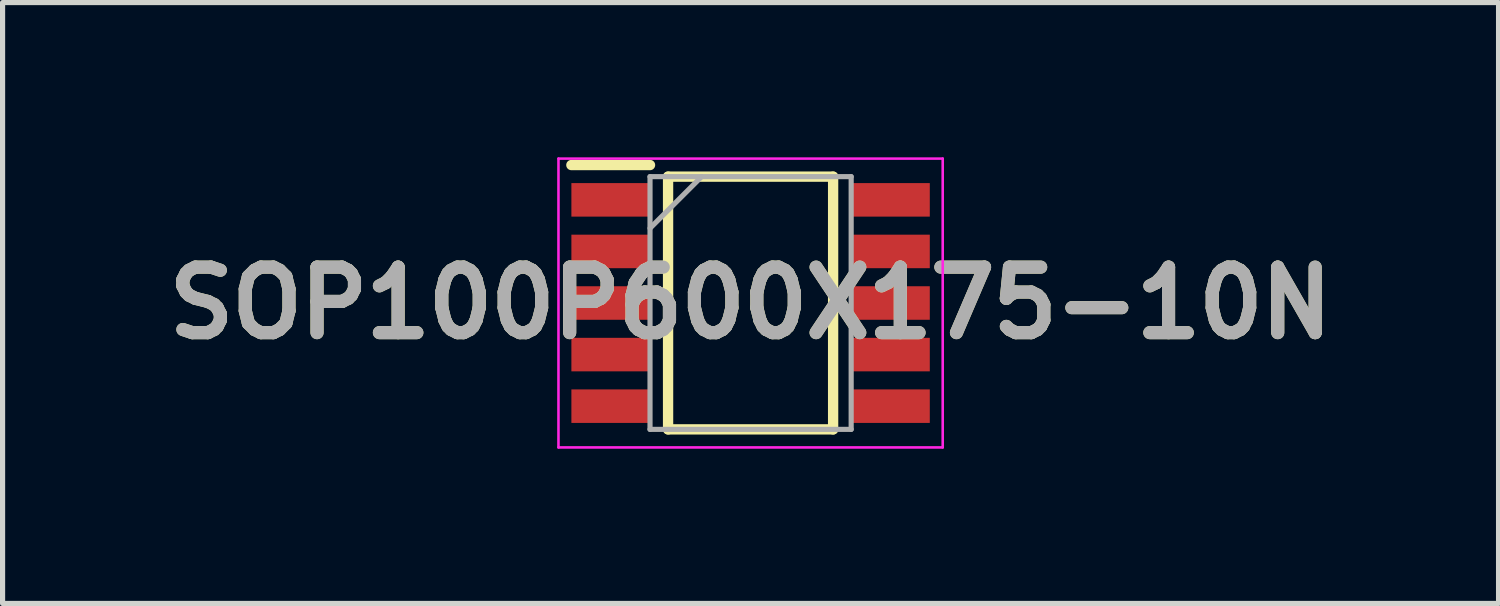
<source format=kicad_pcb>
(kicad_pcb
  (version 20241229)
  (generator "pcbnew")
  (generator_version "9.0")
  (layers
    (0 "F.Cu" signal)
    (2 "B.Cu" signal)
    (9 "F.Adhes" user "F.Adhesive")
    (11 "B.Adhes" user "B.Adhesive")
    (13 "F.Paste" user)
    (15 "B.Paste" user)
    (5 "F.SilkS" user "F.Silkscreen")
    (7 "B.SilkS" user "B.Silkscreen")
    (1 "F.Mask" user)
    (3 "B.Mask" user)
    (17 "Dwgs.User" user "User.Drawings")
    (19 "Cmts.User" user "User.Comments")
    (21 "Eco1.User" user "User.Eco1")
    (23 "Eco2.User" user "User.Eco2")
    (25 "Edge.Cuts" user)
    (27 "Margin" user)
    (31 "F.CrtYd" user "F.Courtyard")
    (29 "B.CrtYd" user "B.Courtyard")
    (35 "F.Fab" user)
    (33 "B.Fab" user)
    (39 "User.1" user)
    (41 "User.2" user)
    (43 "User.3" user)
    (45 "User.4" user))
  (footprint "SOP100P600X175-10N"
    (layer "F.Cu")
    (at 11.503 2.825)
    (property "Reference" "SOP100P600X175-10N" (at 0 0 0) (layer "F.SilkS") (effects (font (size 1.27 1.27) (thickness 0.254))))
    (attr smd)
    (fp_line (start -3.475 -2.675) (end -1.95 -2.675) (stroke (width 0.2) (type solid)) (layer "F.SilkS"))
    (fp_line (start -1.6 -2.45) (end 1.6 -2.45) (stroke (width 0.2) (type solid)) (layer "F.SilkS"))
    (fp_line (start -1.6 2.45) (end -1.6 -2.45) (stroke (width 0.2) (type solid)) (layer "F.SilkS"))
    (fp_line (start 1.6 -2.45) (end 1.6 2.45) (stroke (width 0.2) (type solid)) (layer "F.SilkS"))
    (fp_line (start 1.6 2.45) (end -1.6 2.45) (stroke (width 0.2) (type solid)) (layer "F.SilkS"))
    (fp_line (start -3.725 -2.8) (end 3.725 -2.8) (stroke (width 0.05) (type solid)) (layer "F.CrtYd"))
    (fp_line (start -3.725 2.8) (end -3.725 -2.8) (stroke (width 0.05) (type solid)) (layer "F.CrtYd"))
    (fp_line (start 3.725 -2.8) (end 3.725 2.8) (stroke (width 0.05) (type solid)) (layer "F.CrtYd"))
    (fp_line (start 3.725 2.8) (end -3.725 2.8) (stroke (width 0.05) (type solid)) (layer "F.CrtYd"))
    (fp_line (start -1.95 -2.45) (end 1.95 -2.45) (stroke (width 0.1) (type solid)) (layer "F.Fab"))
    (fp_line (start -1.95 -1.45) (end -0.95 -2.45) (stroke (width 0.1) (type solid)) (layer "F.Fab"))
    (fp_line (start -1.95 2.45) (end -1.95 -2.45) (stroke (width 0.1) (type solid)) (layer "F.Fab"))
    (fp_line (start 1.95 -2.45) (end 1.95 2.45) (stroke (width 0.1) (type solid)) (layer "F.Fab"))
    (fp_line (start 1.95 2.45) (end -1.95 2.45) (stroke (width 0.1) (type solid)) (layer "F.Fab"))
    (fp_text user "${REFERENCE}" (at 0 0 0) (layer "F.Fab") (effects (font (size 1.27 1.27) (thickness 0.254))))
    (pad "1" smd rect (at -2.712 -2 90) (size 0.65 1.525) (layers "F.Cu" "F.Mask" "F.Paste"))
    (pad "2" smd rect (at -2.712 -1 90) (size 0.65 1.525) (layers "F.Cu" "F.Mask" "F.Paste"))
    (pad "3" smd rect (at -2.712 0 90) (size 0.65 1.525) (layers "F.Cu" "F.Mask" "F.Paste"))
    (pad "4" smd rect (at -2.712 1 90) (size 0.65 1.525) (layers "F.Cu" "F.Mask" "F.Paste"))
    (pad "5" smd rect (at -2.712 2 90) (size 0.65 1.525) (layers "F.Cu" "F.Mask" "F.Paste"))
    (pad "6" smd rect (at 2.712 2 90) (size 0.65 1.525) (layers "F.Cu" "F.Mask" "F.Paste"))
    (pad "7" smd rect (at 2.712 1 90) (size 0.65 1.525) (layers "F.Cu" "F.Mask" "F.Paste"))
    (pad "8" smd rect (at 2.712 0 90) (size 0.65 1.525) (layers "F.Cu" "F.Mask" "F.Paste"))
    (pad "9" smd rect (at 2.712 -1 90) (size 0.65 1.525) (layers "F.Cu" "F.Mask" "F.Paste"))
    (pad "10" smd rect (at 2.712 -2 90) (size 0.65 1.525) (layers "F.Cu" "F.Mask" "F.Paste")))
  (gr_rect
    (start -3 -3)
    (end 26.005 8.65)
    (stroke (width 0.1) (type default))
    (fill no)
    (layer "Edge.Cuts")))
</source>
